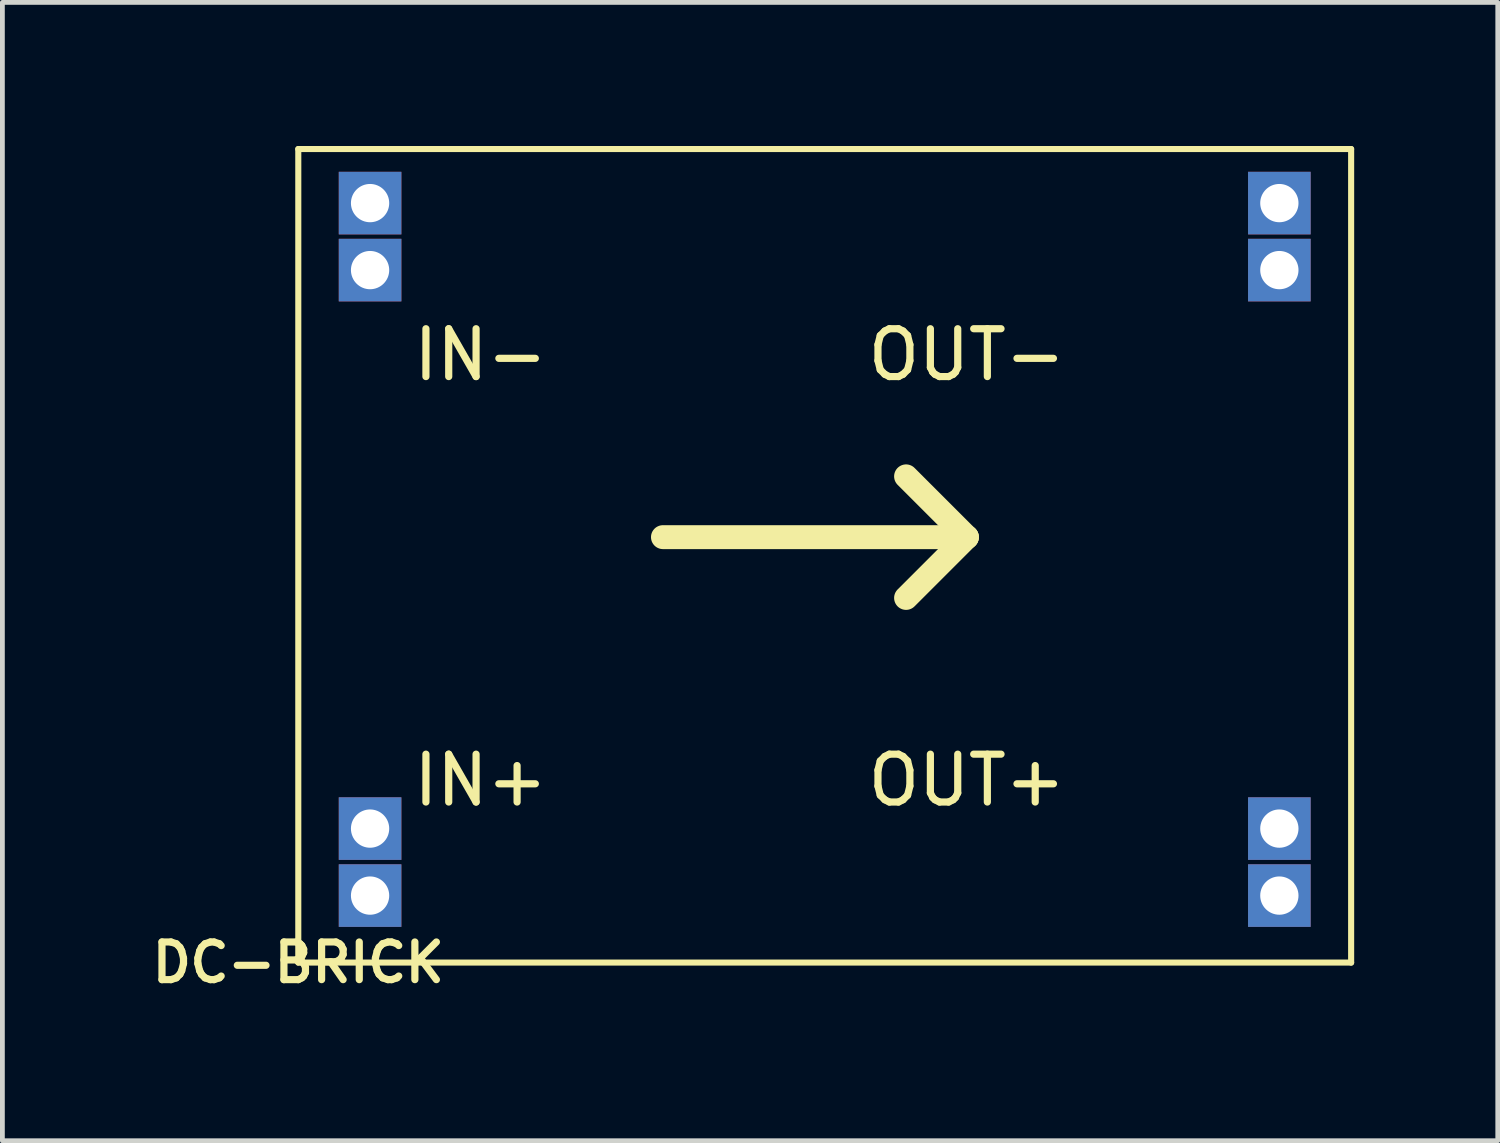
<source format=kicad_pcb>
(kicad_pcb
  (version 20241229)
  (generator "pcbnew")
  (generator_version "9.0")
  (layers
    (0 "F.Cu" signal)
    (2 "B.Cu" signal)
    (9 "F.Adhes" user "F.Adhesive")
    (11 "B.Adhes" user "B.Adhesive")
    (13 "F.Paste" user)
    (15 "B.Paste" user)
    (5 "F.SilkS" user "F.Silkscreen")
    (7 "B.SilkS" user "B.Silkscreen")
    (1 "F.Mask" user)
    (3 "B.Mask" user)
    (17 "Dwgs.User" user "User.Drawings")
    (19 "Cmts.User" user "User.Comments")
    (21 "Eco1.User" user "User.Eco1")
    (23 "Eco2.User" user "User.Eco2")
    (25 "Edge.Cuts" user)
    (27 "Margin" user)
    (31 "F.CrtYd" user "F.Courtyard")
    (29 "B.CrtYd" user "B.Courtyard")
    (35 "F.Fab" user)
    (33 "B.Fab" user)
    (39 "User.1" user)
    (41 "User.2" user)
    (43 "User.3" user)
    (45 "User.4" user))
  (footprint "DC-BRICK"
    (layer "F.Cu")
    (at 3.183 17.064)
    (property "Reference" "DC-BRICK" (at 0 0 0) (layer "F.SilkS") (effects (font (size 0.787 0.787) (thickness 0.15))))
    (attr through_hole)
    (fp_line (start 0 -17) (end 22 -17) (stroke (width 0.127) (type solid)) (layer "F.SilkS"))
    (fp_line (start 0 0) (end 0 -17) (stroke (width 0.127) (type solid)) (layer "F.SilkS"))
    (fp_line (start 0 0) (end 22 0) (stroke (width 0.127) (type solid)) (layer "F.SilkS"))
    (fp_line (start 7.62 -8.89) (end 13.97 -8.89) (stroke (width 0.5) (type solid)) (layer "F.SilkS"))
    (fp_line (start 13.97 -8.89) (end 12.7 -10.16) (stroke (width 0.5) (type solid)) (layer "F.SilkS"))
    (fp_line (start 13.97 -8.89) (end 12.7 -7.62) (stroke (width 0.5) (type solid)) (layer "F.SilkS"))
    (fp_line (start 22 -17) (end 22 0) (stroke (width 0.127) (type solid)) (layer "F.SilkS"))
    (fp_text user "OUT+" (at 13.97 -3.81 0) (layer "F.SilkS") (effects (font (size 1 1) (thickness 0.15))))
    (fp_text user "IN-" (at 3.81 -12.7 0) (layer "F.SilkS") (effects (font (size 1 1) (thickness 0.15))))
    (fp_text user "IN+" (at 3.81 -3.81 0) (layer "F.SilkS") (effects (font (size 1 1) (thickness 0.15))))
    (fp_text user "OUT-" (at 13.97 -12.7 0) (layer "F.SilkS") (effects (font (size 1 1) (thickness 0.15))))
    (pad "IN1+" thru_hole rect (at 1.5 -1.4) (size 1.308 1.308) (drill 0.8) (layers "*.Cu" "*.Mask"))
    (pad "IN1-" thru_hole rect (at 1.5 -14.47) (size 1.308 1.308) (drill 0.8) (layers "*.Cu" "*.Mask"))
    (pad "IN2+" thru_hole rect (at 1.5 -2.8) (size 1.308 1.308) (drill 0.8) (layers "*.Cu" "*.Mask"))
    (pad "IN2-" thru_hole rect (at 1.5 -15.87) (size 1.308 1.308) (drill 0.8) (layers "*.Cu" "*.Mask"))
    (pad "OUT1+" thru_hole rect (at 20.5 -1.4) (size 1.308 1.308) (drill 0.8) (layers "*.Cu" "*.Mask"))
    (pad "OUT1-" thru_hole rect (at 20.5 -14.47) (size 1.308 1.308) (drill 0.8) (layers "*.Cu" "*.Mask"))
    (pad "OUT2+" thru_hole rect (at 20.5 -2.8) (size 1.308 1.308) (drill 0.8) (layers "*.Cu" "*.Mask"))
    (pad "OUT2-" thru_hole rect (at 20.5 -15.87) (size 1.308 1.308) (drill 0.8) (layers "*.Cu" "*.Mask")))
  (gr_rect
    (start -3 -3)
    (end 28.247 20.787)
    (stroke (width 0.1) (type default))
    (fill no)
    (layer "Edge.Cuts")))
</source>
